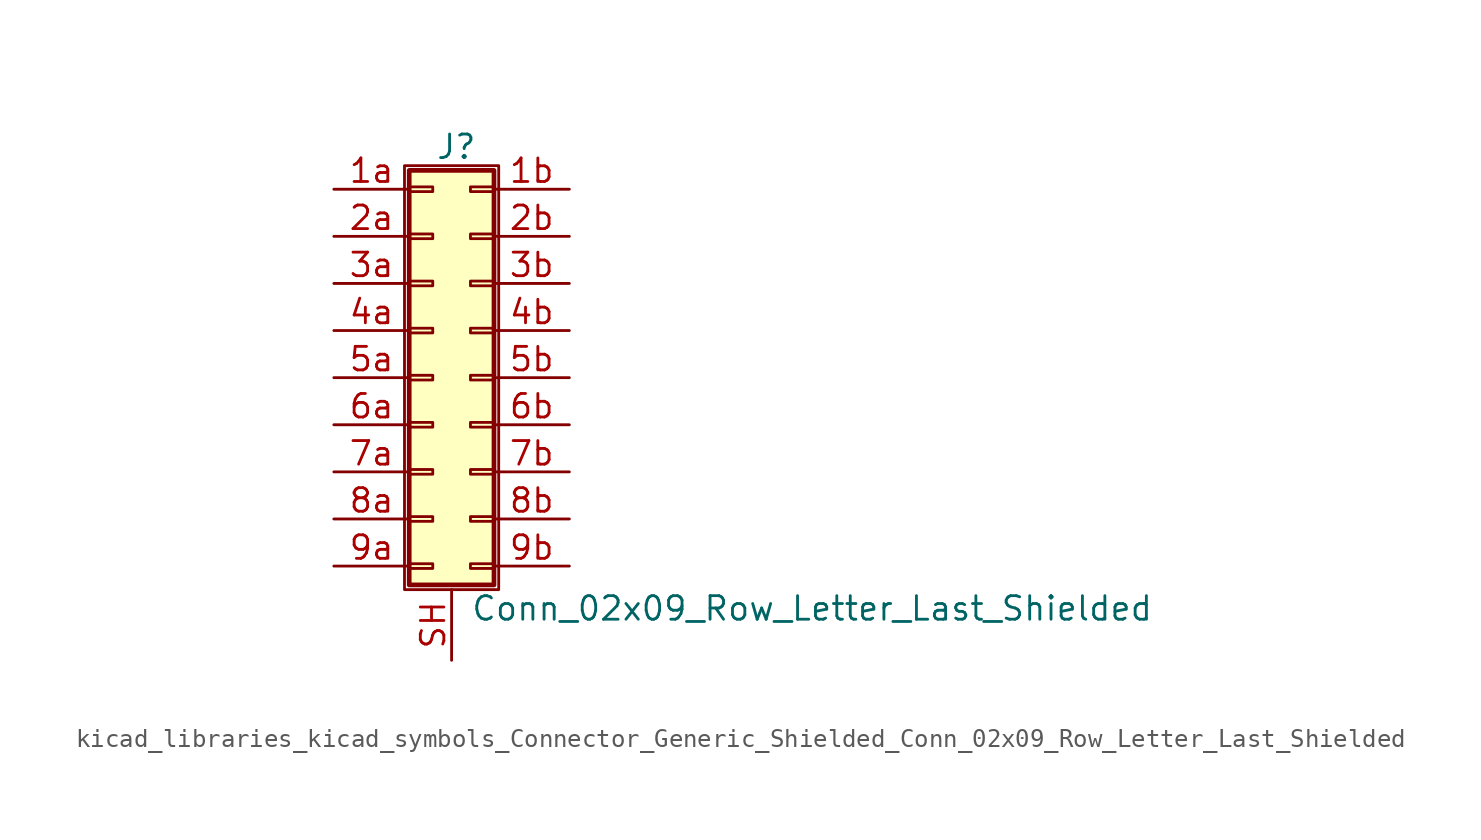
<source format=kicad_sym>
(kicad_symbol_lib
  (version 20220914)
  (generator kicad_symbol_editor)
  (symbol "kicad_libraries_kicad_symbols_Connector_Generic_Shielded_Conn_02x09_Row_Letter_Last_Shielded"
    (pin_names
      (offset 1.016) hide)
    (property "Reference" "J"
      (at 1.524 12.446 0)
      (effects (font (size 1.27 1.27))))
    (property "Value" "Conn_02x09_Row_Letter_Last_Shielded"
      (at 2.286 -12.446 0)
      (effects (font (size 1.27 1.27)) (justify left)))
    (symbol "kicad_libraries_kicad_symbols_Connector_Generic_Shielded_Conn_02x09_Row_Letter_Last_Shielded_1_1"
      (rectangle (start -1.27 11.43) (end 3.81 -11.43) (stroke (width 0.152) (type default)) (fill (type none)))
      (rectangle (start -1.016 -10.033) (end 0.254 -10.287) (stroke (width 0.152) (type default)) (fill (type none)))
      (rectangle (start -1.016 -7.493) (end 0.254 -7.747) (stroke (width 0.152) (type default)) (fill (type none)))
      (rectangle (start -1.016 -4.953) (end 0.254 -5.207) (stroke (width 0.152) (type default)) (fill (type none)))
      (rectangle (start -1.016 -2.413) (end 0.254 -2.667) (stroke (width 0.152) (type default)) (fill (type none)))
      (rectangle (start -1.016 0.127) (end 0.254 -0.127) (stroke (width 0.152) (type default)) (fill (type none)))
      (rectangle (start -1.016 2.667) (end 0.254 2.413) (stroke (width 0.152) (type default)) (fill (type none)))
      (rectangle (start -1.016 5.207) (end 0.254 4.953) (stroke (width 0.152) (type default)) (fill (type none)))
      (rectangle (start -1.016 7.747) (end 0.254 7.493) (stroke (width 0.152) (type default)) (fill (type none)))
      (rectangle (start -1.016 10.287) (end 0.254 10.033) (stroke (width 0.152) (type default)) (fill (type none)))
      (rectangle (start -1.016 11.176) (end 3.556 -11.176) (stroke (width 0.254) (type default)) (fill (type background)))
      (rectangle (start 3.556 -10.033) (end 2.286 -10.287) (stroke (width 0.152) (type default)) (fill (type none)))
      (rectangle (start 3.556 -7.493) (end 2.286 -7.747) (stroke (width 0.152) (type default)) (fill (type none)))
      (rectangle (start 3.556 -4.953) (end 2.286 -5.207) (stroke (width 0.152) (type default)) (fill (type none)))
      (rectangle (start 3.556 -2.413) (end 2.286 -2.667) (stroke (width 0.152) (type default)) (fill (type none)))
      (rectangle (start 3.556 0.127) (end 2.286 -0.127) (stroke (width 0.152) (type default)) (fill (type none)))
      (rectangle (start 3.556 2.667) (end 2.286 2.413) (stroke (width 0.152) (type default)) (fill (type none)))
      (rectangle (start 3.556 5.207) (end 2.286 4.953) (stroke (width 0.152) (type default)) (fill (type none)))
      (rectangle (start 3.556 7.747) (end 2.286 7.493) (stroke (width 0.152) (type default)) (fill (type none)))
      (rectangle (start 3.556 10.287) (end 2.286 10.033) (stroke (width 0.152) (type default)) (fill (type none)))
      (pin passive line (at -5.08 10.16 0) (length 4.064) (name "Pin_1a" (effects (font (size 1.27 1.27)))) (number "1a" (effects (font (size 1.27 1.27)))))
      (pin passive line (at 7.62 10.16 180) (length 4.064) (name "Pin_1b" (effects (font (size 1.27 1.27)))) (number "1b" (effects (font (size 1.27 1.27)))))
      (pin passive line (at -5.08 7.62 0) (length 4.064) (name "Pin_2a" (effects (font (size 1.27 1.27)))) (number "2a" (effects (font (size 1.27 1.27)))))
      (pin passive line (at 7.62 7.62 180) (length 4.064) (name "Pin_2b" (effects (font (size 1.27 1.27)))) (number "2b" (effects (font (size 1.27 1.27)))))
      (pin passive line (at -5.08 5.08 0) (length 4.064) (name "Pin_3a" (effects (font (size 1.27 1.27)))) (number "3a" (effects (font (size 1.27 1.27)))))
      (pin passive line (at 7.62 5.08 180) (length 4.064) (name "Pin_3b" (effects (font (size 1.27 1.27)))) (number "3b" (effects (font (size 1.27 1.27)))))
      (pin passive line (at -5.08 2.54 0) (length 4.064) (name "Pin_4a" (effects (font (size 1.27 1.27)))) (number "4a" (effects (font (size 1.27 1.27)))))
      (pin passive line (at 7.62 2.54 180) (length 4.064) (name "Pin_4b" (effects (font (size 1.27 1.27)))) (number "4b" (effects (font (size 1.27 1.27)))))
      (pin passive line (at -5.08 0 0) (length 4.064) (name "Pin_5a" (effects (font (size 1.27 1.27)))) (number "5a" (effects (font (size 1.27 1.27)))))
      (pin passive line (at 7.62 0 180) (length 4.064) (name "Pin_5b" (effects (font (size 1.27 1.27)))) (number "5b" (effects (font (size 1.27 1.27)))))
      (pin passive line (at -5.08 -2.54 0) (length 4.064) (name "Pin_6a" (effects (font (size 1.27 1.27)))) (number "6a" (effects (font (size 1.27 1.27)))))
      (pin passive line (at 7.62 -2.54 180) (length 4.064) (name "Pin_6b" (effects (font (size 1.27 1.27)))) (number "6b" (effects (font (size 1.27 1.27)))))
      (pin passive line (at -5.08 -5.08 0) (length 4.064) (name "Pin_7a" (effects (font (size 1.27 1.27)))) (number "7a" (effects (font (size 1.27 1.27)))))
      (pin passive line (at 7.62 -5.08 180) (length 4.064) (name "Pin_7b" (effects (font (size 1.27 1.27)))) (number "7b" (effects (font (size 1.27 1.27)))))
      (pin passive line (at -5.08 -7.62 0) (length 4.064) (name "Pin_8a" (effects (font (size 1.27 1.27)))) (number "8a" (effects (font (size 1.27 1.27)))))
      (pin passive line (at 7.62 -7.62 180) (length 4.064) (name "Pin_8b" (effects (font (size 1.27 1.27)))) (number "8b" (effects (font (size 1.27 1.27)))))
      (pin passive line (at -5.08 -10.16 0) (length 4.064) (name "Pin_9a" (effects (font (size 1.27 1.27)))) (number "9a" (effects (font (size 1.27 1.27)))))
      (pin passive line (at 7.62 -10.16 180) (length 4.064) (name "Pin_9b" (effects (font (size 1.27 1.27)))) (number "9b" (effects (font (size 1.27 1.27)))))
      (pin passive line (at 1.27 -15.24 90) (length 3.81) (name "Shield" (effects (font (size 1.27 1.27)))) (number "SH" (effects (font (size 1.27 1.27))))))))
</source>
